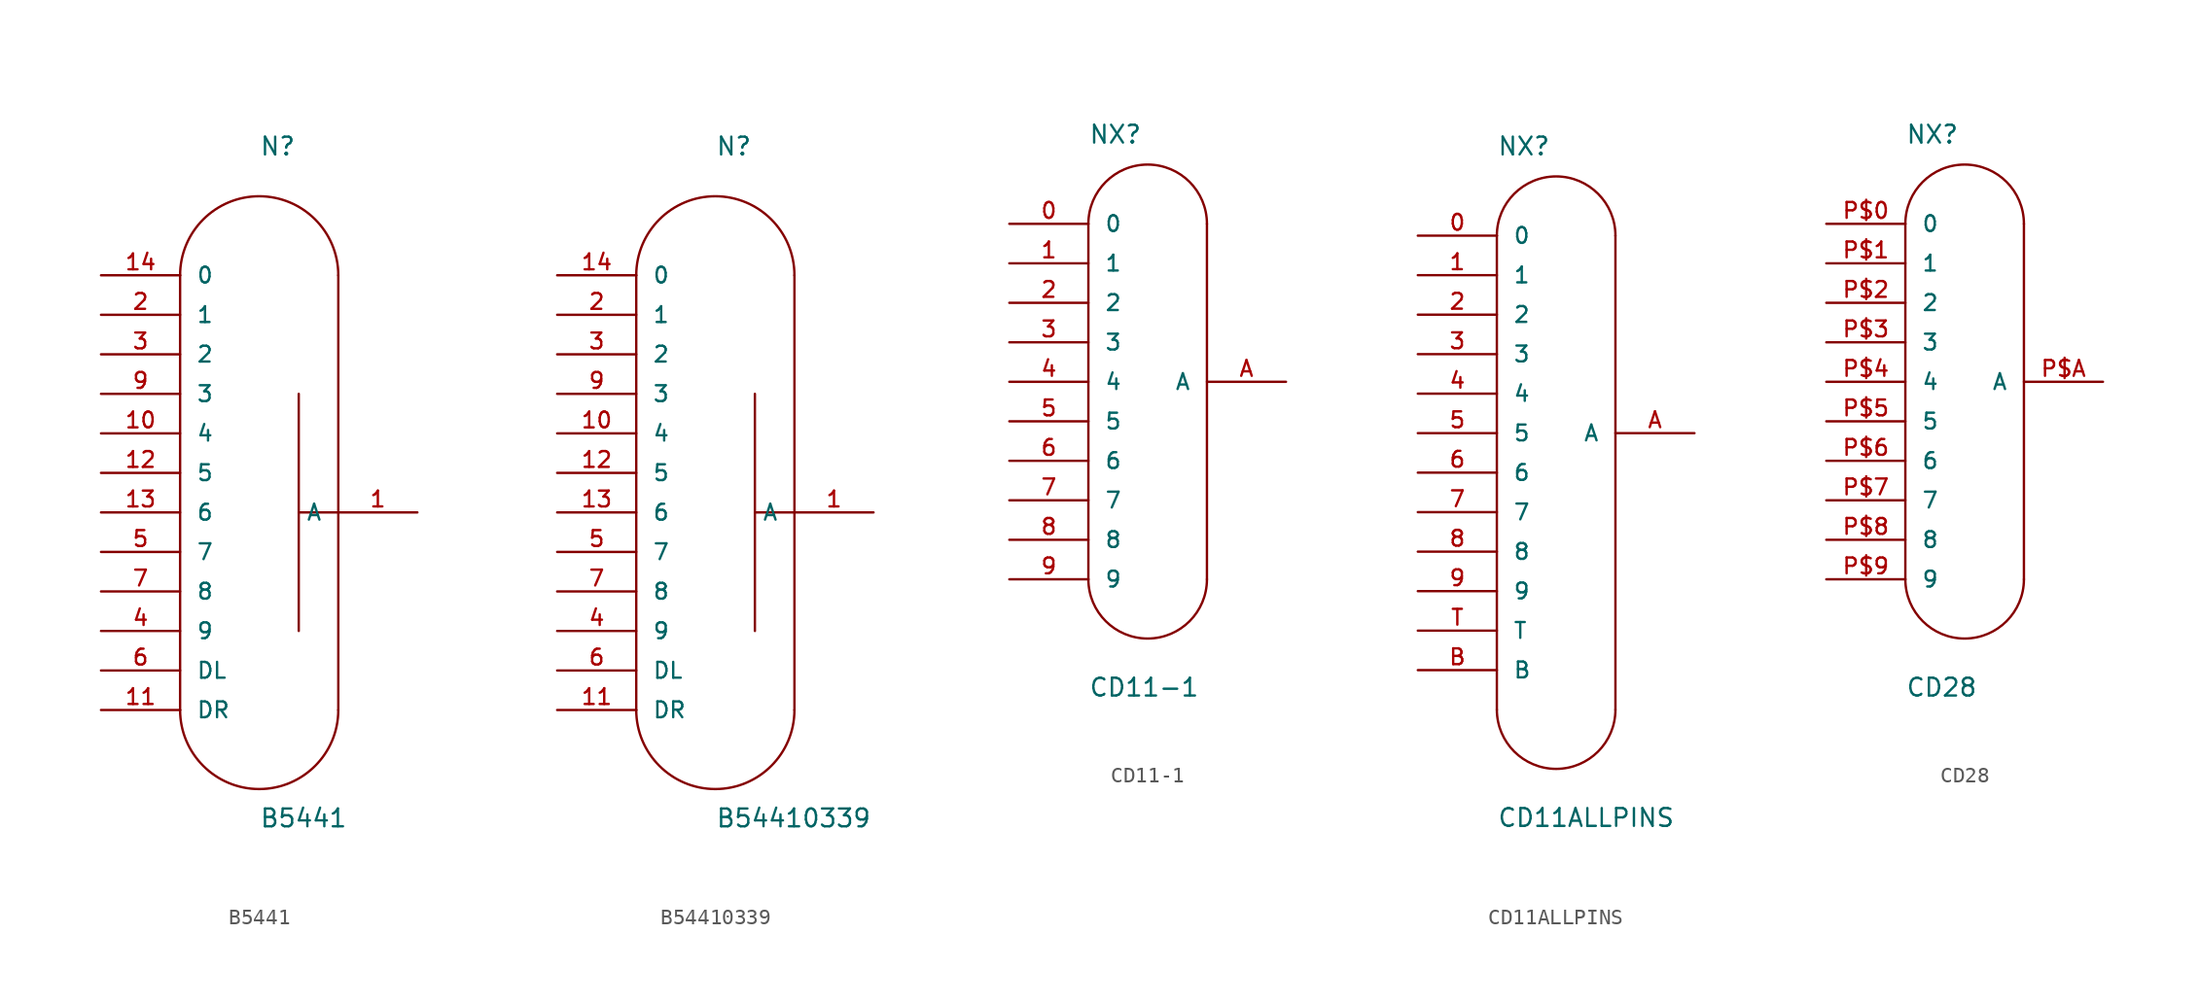
<source format=kicad_sym>
(kicad_symbol_lib
  (version 20241209)
  (generator "kicad_symbol_editor")
  (generator_version "9.0")
  (symbol "B5441"
    (pin_names
      (offset 1.016))
    (property "Reference" "N"
      (at 0 22.86 0)
      (effects (font (size 1.143 1.143)) (justify left bottom)))
    (property "Value" "B5441"
      (at 0 -20.32 0)
      (effects (font (size 1.143 1.143)) (justify left bottom)))
    (property "ki_locked" ""
      (at 0 0 0)
      (effects (font (size 1.27 1.27))))
    (symbol "B5441_1_0"
      (polyline (pts (xy -5.08 15.24) (xy -5.08 -12.7)) (stroke (width 0) (type solid)) (fill (type none)))
      (polyline (pts (xy 2.54 -7.62) (xy 2.54 7.62)) (stroke (width 0) (type solid)) (fill (type none)))
      (polyline (pts (xy 5.08 15.24) (xy 5.08 -12.7)) (stroke (width 0) (type solid)) (fill (type none)))
      (polyline (pts (xy 5.08 0) (xy 2.54 0)) (stroke (width 0) (type solid)) (fill (type none))))
    (symbol "B5441_1_1"
      (arc (start -5.08 15.24) (mid 0 20.32) (end 5.08 15.24) (stroke (width 0) (type solid)) (fill (type none)))
      (arc (start 5.08 -12.7) (mid 0 -17.78) (end -5.08 -12.7) (stroke (width 0) (type solid)) (fill (type none)))
      (pin passive line (at -10.16 15.24 0) (length 5.08) (name "0" (effects (font (size 1.016 1.016)))) (number "14" (effects (font (size 1.016 1.016)))))
      (pin passive line (at -10.16 12.7 0) (length 5.08) (name "1" (effects (font (size 1.016 1.016)))) (number "2" (effects (font (size 1.016 1.016)))))
      (pin passive line (at -10.16 10.16 0) (length 5.08) (name "2" (effects (font (size 1.016 1.016)))) (number "3" (effects (font (size 1.016 1.016)))))
      (pin passive line (at -10.16 7.62 0) (length 5.08) (name "3" (effects (font (size 1.016 1.016)))) (number "9" (effects (font (size 1.016 1.016)))))
      (pin passive line (at -10.16 5.08 0) (length 5.08) (name "4" (effects (font (size 1.016 1.016)))) (number "10" (effects (font (size 1.016 1.016)))))
      (pin passive line (at -10.16 2.54 0) (length 5.08) (name "5" (effects (font (size 1.016 1.016)))) (number "12" (effects (font (size 1.016 1.016)))))
      (pin passive line (at -10.16 0 0) (length 5.08) (name "6" (effects (font (size 1.016 1.016)))) (number "13" (effects (font (size 1.016 1.016)))))
      (pin passive line (at -10.16 -2.54 0) (length 5.08) (name "7" (effects (font (size 1.016 1.016)))) (number "5" (effects (font (size 1.016 1.016)))))
      (pin passive line (at -10.16 -5.08 0) (length 5.08) (name "8" (effects (font (size 1.016 1.016)))) (number "7" (effects (font (size 1.016 1.016)))))
      (pin passive line (at -10.16 -7.62 0) (length 5.08) (name "9" (effects (font (size 1.016 1.016)))) (number "4" (effects (font (size 1.016 1.016)))))
      (pin passive line (at -10.16 -10.16 0) (length 5.08) (name "DL" (effects (font (size 1.016 1.016)))) (number "6" (effects (font (size 1.016 1.016)))))
      (pin passive line (at -10.16 -12.7 0) (length 5.08) (name "DR" (effects (font (size 1.016 1.016)))) (number "11" (effects (font (size 1.016 1.016)))))
      (pin passive line (at 10.16 0 180) (length 5.08) (name "A" (effects (font (size 1.016 1.016)))) (number "1" (effects (font (size 1.016 1.016)))))))
  (symbol "B54410339"
    (pin_names
      (offset 1.016))
    (property "Reference" "N"
      (at 0 22.86 0)
      (effects (font (size 1.143 1.143)) (justify left bottom)))
    (property "Value" "B54410339"
      (at 0 -20.32 0)
      (effects (font (size 1.143 1.143)) (justify left bottom)))
    (property "ki_locked" ""
      (at 0 0 0)
      (effects (font (size 1.27 1.27))))
    (symbol "B54410339_1_0"
      (polyline (pts (xy -5.08 15.24) (xy -5.08 -12.7)) (stroke (width 0) (type solid)) (fill (type none)))
      (polyline (pts (xy 2.54 -7.62) (xy 2.54 7.62)) (stroke (width 0) (type solid)) (fill (type none)))
      (polyline (pts (xy 5.08 15.24) (xy 5.08 -12.7)) (stroke (width 0) (type solid)) (fill (type none)))
      (polyline (pts (xy 5.08 0) (xy 2.54 0)) (stroke (width 0) (type solid)) (fill (type none))))
    (symbol "B54410339_1_1"
      (arc (start -5.08 15.24) (mid 0 20.32) (end 5.08 15.24) (stroke (width 0) (type solid)) (fill (type none)))
      (arc (start 5.08 -12.7) (mid 0 -17.78) (end -5.08 -12.7) (stroke (width 0) (type solid)) (fill (type none)))
      (pin passive line (at -10.16 15.24 0) (length 5.08) (name "0" (effects (font (size 1.016 1.016)))) (number "14" (effects (font (size 1.016 1.016)))))
      (pin passive line (at -10.16 12.7 0) (length 5.08) (name "1" (effects (font (size 1.016 1.016)))) (number "2" (effects (font (size 1.016 1.016)))))
      (pin passive line (at -10.16 10.16 0) (length 5.08) (name "2" (effects (font (size 1.016 1.016)))) (number "3" (effects (font (size 1.016 1.016)))))
      (pin passive line (at -10.16 7.62 0) (length 5.08) (name "3" (effects (font (size 1.016 1.016)))) (number "9" (effects (font (size 1.016 1.016)))))
      (pin passive line (at -10.16 5.08 0) (length 5.08) (name "4" (effects (font (size 1.016 1.016)))) (number "10" (effects (font (size 1.016 1.016)))))
      (pin passive line (at -10.16 2.54 0) (length 5.08) (name "5" (effects (font (size 1.016 1.016)))) (number "12" (effects (font (size 1.016 1.016)))))
      (pin passive line (at -10.16 0 0) (length 5.08) (name "6" (effects (font (size 1.016 1.016)))) (number "13" (effects (font (size 1.016 1.016)))))
      (pin passive line (at -10.16 -2.54 0) (length 5.08) (name "7" (effects (font (size 1.016 1.016)))) (number "5" (effects (font (size 1.016 1.016)))))
      (pin passive line (at -10.16 -5.08 0) (length 5.08) (name "8" (effects (font (size 1.016 1.016)))) (number "7" (effects (font (size 1.016 1.016)))))
      (pin passive line (at -10.16 -7.62 0) (length 5.08) (name "9" (effects (font (size 1.016 1.016)))) (number "4" (effects (font (size 1.016 1.016)))))
      (pin passive line (at -10.16 -10.16 0) (length 5.08) (name "DL" (effects (font (size 1.016 1.016)))) (number "6" (effects (font (size 1.016 1.016)))))
      (pin passive line (at -10.16 -12.7 0) (length 5.08) (name "DR" (effects (font (size 1.016 1.016)))) (number "11" (effects (font (size 1.016 1.016)))))
      (pin passive line (at 10.16 0 180) (length 5.08) (name "A" (effects (font (size 1.016 1.016)))) (number "1" (effects (font (size 1.016 1.016)))))))
  (symbol "CD11-1"
    (pin_names
      (offset 1.016))
    (property "Reference" "NX"
      (at -22.86 12.7 0)
      (effects (font (size 1.143 1.143)) (justify left bottom)))
    (property "Value" "CD11-1"
      (at -22.86 -22.86 0)
      (effects (font (size 1.143 1.143)) (justify left bottom)))
    (property "ki_locked" ""
      (at 0 0 0)
      (effects (font (size 1.27 1.27))))
    (symbol "CD11-1_1_0"
      (polyline (pts (xy -22.86 7.62) (xy -22.86 -15.24)) (stroke (width 0) (type solid)) (fill (type none)))
      (polyline (pts (xy -15.24 7.62) (xy -15.24 -15.24)) (stroke (width 0) (type solid)) (fill (type none))))
    (symbol "CD11-1_1_1"
      (arc (start -22.86 7.62) (mid -19.05 11.43) (end -15.24 7.62) (stroke (width 0) (type solid)) (fill (type none)))
      (arc (start -15.24 -15.24) (mid -19.05 -19.05) (end -22.86 -15.24) (stroke (width 0) (type solid)) (fill (type none)))
      (pin passive line (at -27.94 7.62 0) (length 5.08) (name "0" (effects (font (size 1.016 1.016)))) (number "0" (effects (font (size 1.016 1.016)))))
      (pin passive line (at -27.94 5.08 0) (length 5.08) (name "1" (effects (font (size 1.016 1.016)))) (number "1" (effects (font (size 1.016 1.016)))))
      (pin passive line (at -27.94 2.54 0) (length 5.08) (name "2" (effects (font (size 1.016 1.016)))) (number "2" (effects (font (size 1.016 1.016)))))
      (pin passive line (at -27.94 0 0) (length 5.08) (name "3" (effects (font (size 1.016 1.016)))) (number "3" (effects (font (size 1.016 1.016)))))
      (pin passive line (at -27.94 -2.54 0) (length 5.08) (name "4" (effects (font (size 1.016 1.016)))) (number "4" (effects (font (size 1.016 1.016)))))
      (pin passive line (at -27.94 -5.08 0) (length 5.08) (name "5" (effects (font (size 1.016 1.016)))) (number "5" (effects (font (size 1.016 1.016)))))
      (pin passive line (at -27.94 -7.62 0) (length 5.08) (name "6" (effects (font (size 1.016 1.016)))) (number "6" (effects (font (size 1.016 1.016)))))
      (pin passive line (at -27.94 -10.16 0) (length 5.08) (name "7" (effects (font (size 1.016 1.016)))) (number "7" (effects (font (size 1.016 1.016)))))
      (pin passive line (at -27.94 -12.7 0) (length 5.08) (name "8" (effects (font (size 1.016 1.016)))) (number "8" (effects (font (size 1.016 1.016)))))
      (pin passive line (at -27.94 -15.24 0) (length 5.08) (name "9" (effects (font (size 1.016 1.016)))) (number "9" (effects (font (size 1.016 1.016)))))
      (pin passive line (at -10.16 -2.54 180) (length 5.08) (name "A" (effects (font (size 1.016 1.016)))) (number "A" (effects (font (size 1.016 1.016)))))))
  (symbol "CD11ALLPINS"
    (pin_names
      (offset 1.016))
    (property "Reference" "NX"
      (at -22.86 12.7 0)
      (effects (font (size 1.143 1.143)) (justify left bottom)))
    (property "Value" "CD11ALLPINS"
      (at -22.86 -30.48 0)
      (effects (font (size 1.143 1.143)) (justify left bottom)))
    (property "ki_locked" ""
      (at 0 0 0)
      (effects (font (size 1.27 1.27))))
    (symbol "CD11ALLPINS_1_0"
      (polyline (pts (xy -22.86 7.62) (xy -22.86 -22.86)) (stroke (width 0) (type solid)) (fill (type none)))
      (polyline (pts (xy -15.24 7.62) (xy -15.24 -22.86)) (stroke (width 0) (type solid)) (fill (type none))))
    (symbol "CD11ALLPINS_1_1"
      (arc (start -22.86 7.62) (mid -19.05 11.43) (end -15.24 7.62) (stroke (width 0) (type solid)) (fill (type none)))
      (arc (start -15.24 -22.86) (mid -19.05 -26.67) (end -22.86 -22.86) (stroke (width 0) (type solid)) (fill (type none)))
      (pin passive line (at -27.94 7.62 0) (length 5.08) (name "0" (effects (font (size 1.016 1.016)))) (number "0" (effects (font (size 1.016 1.016)))))
      (pin passive line (at -27.94 5.08 0) (length 5.08) (name "1" (effects (font (size 1.016 1.016)))) (number "1" (effects (font (size 1.016 1.016)))))
      (pin passive line (at -27.94 2.54 0) (length 5.08) (name "2" (effects (font (size 1.016 1.016)))) (number "2" (effects (font (size 1.016 1.016)))))
      (pin passive line (at -27.94 0 0) (length 5.08) (name "3" (effects (font (size 1.016 1.016)))) (number "3" (effects (font (size 1.016 1.016)))))
      (pin passive line (at -27.94 -2.54 0) (length 5.08) (name "4" (effects (font (size 1.016 1.016)))) (number "4" (effects (font (size 1.016 1.016)))))
      (pin passive line (at -27.94 -5.08 0) (length 5.08) (name "5" (effects (font (size 1.016 1.016)))) (number "5" (effects (font (size 1.016 1.016)))))
      (pin passive line (at -27.94 -7.62 0) (length 5.08) (name "6" (effects (font (size 1.016 1.016)))) (number "6" (effects (font (size 1.016 1.016)))))
      (pin passive line (at -27.94 -10.16 0) (length 5.08) (name "7" (effects (font (size 1.016 1.016)))) (number "7" (effects (font (size 1.016 1.016)))))
      (pin passive line (at -27.94 -12.7 0) (length 5.08) (name "8" (effects (font (size 1.016 1.016)))) (number "8" (effects (font (size 1.016 1.016)))))
      (pin passive line (at -27.94 -15.24 0) (length 5.08) (name "9" (effects (font (size 1.016 1.016)))) (number "9" (effects (font (size 1.016 1.016)))))
      (pin passive line (at -27.94 -17.78 0) (length 5.08) (name "T" (effects (font (size 1.016 1.016)))) (number "T" (effects (font (size 1.016 1.016)))))
      (pin passive line (at -27.94 -20.32 0) (length 5.08) (name "B" (effects (font (size 1.016 1.016)))) (number "B" (effects (font (size 1.016 1.016)))))
      (pin passive line (at -10.16 -5.08 180) (length 5.08) (name "A" (effects (font (size 1.016 1.016)))) (number "A" (effects (font (size 1.016 1.016)))))))
  (symbol "CD28"
    (pin_names
      (offset 1.016))
    (property "Reference" "NX"
      (at -22.86 12.7 0)
      (effects (font (size 1.143 1.143)) (justify left bottom)))
    (property "Value" "CD28"
      (at -22.86 -22.86 0)
      (effects (font (size 1.143 1.143)) (justify left bottom)))
    (property "ki_locked" ""
      (at 0 0 0)
      (effects (font (size 1.27 1.27))))
    (symbol "CD28_1_0"
      (polyline (pts (xy -22.86 7.62) (xy -22.86 -15.24)) (stroke (width 0) (type solid)) (fill (type none)))
      (polyline (pts (xy -15.24 7.62) (xy -15.24 -15.24)) (stroke (width 0) (type solid)) (fill (type none))))
    (symbol "CD28_1_1"
      (arc (start -22.86 7.62) (mid -19.05 11.43) (end -15.24 7.62) (stroke (width 0) (type solid)) (fill (type none)))
      (arc (start -15.24 -15.24) (mid -19.05 -19.05) (end -22.86 -15.24) (stroke (width 0) (type solid)) (fill (type none)))
      (pin passive line (at -27.94 7.62 0) (length 5.08) (name "0" (effects (font (size 1.016 1.016)))) (number "P$0" (effects (font (size 1.016 1.016)))))
      (pin passive line (at -27.94 5.08 0) (length 5.08) (name "1" (effects (font (size 1.016 1.016)))) (number "P$1" (effects (font (size 1.016 1.016)))))
      (pin passive line (at -27.94 2.54 0) (length 5.08) (name "2" (effects (font (size 1.016 1.016)))) (number "P$2" (effects (font (size 1.016 1.016)))))
      (pin passive line (at -27.94 0 0) (length 5.08) (name "3" (effects (font (size 1.016 1.016)))) (number "P$3" (effects (font (size 1.016 1.016)))))
      (pin passive line (at -27.94 -2.54 0) (length 5.08) (name "4" (effects (font (size 1.016 1.016)))) (number "P$4" (effects (font (size 1.016 1.016)))))
      (pin passive line (at -27.94 -5.08 0) (length 5.08) (name "5" (effects (font (size 1.016 1.016)))) (number "P$5" (effects (font (size 1.016 1.016)))))
      (pin passive line (at -27.94 -7.62 0) (length 5.08) (name "6" (effects (font (size 1.016 1.016)))) (number "P$6" (effects (font (size 1.016 1.016)))))
      (pin passive line (at -27.94 -10.16 0) (length 5.08) (name "7" (effects (font (size 1.016 1.016)))) (number "P$7" (effects (font (size 1.016 1.016)))))
      (pin passive line (at -27.94 -12.7 0) (length 5.08) (name "8" (effects (font (size 1.016 1.016)))) (number "P$8" (effects (font (size 1.016 1.016)))))
      (pin passive line (at -27.94 -15.24 0) (length 5.08) (name "9" (effects (font (size 1.016 1.016)))) (number "P$9" (effects (font (size 1.016 1.016)))))
      (pin passive line (at -10.16 -2.54 180) (length 5.08) (name "A" (effects (font (size 1.016 1.016)))) (number "P$A" (effects (font (size 1.016 1.016))))))))
</source>
